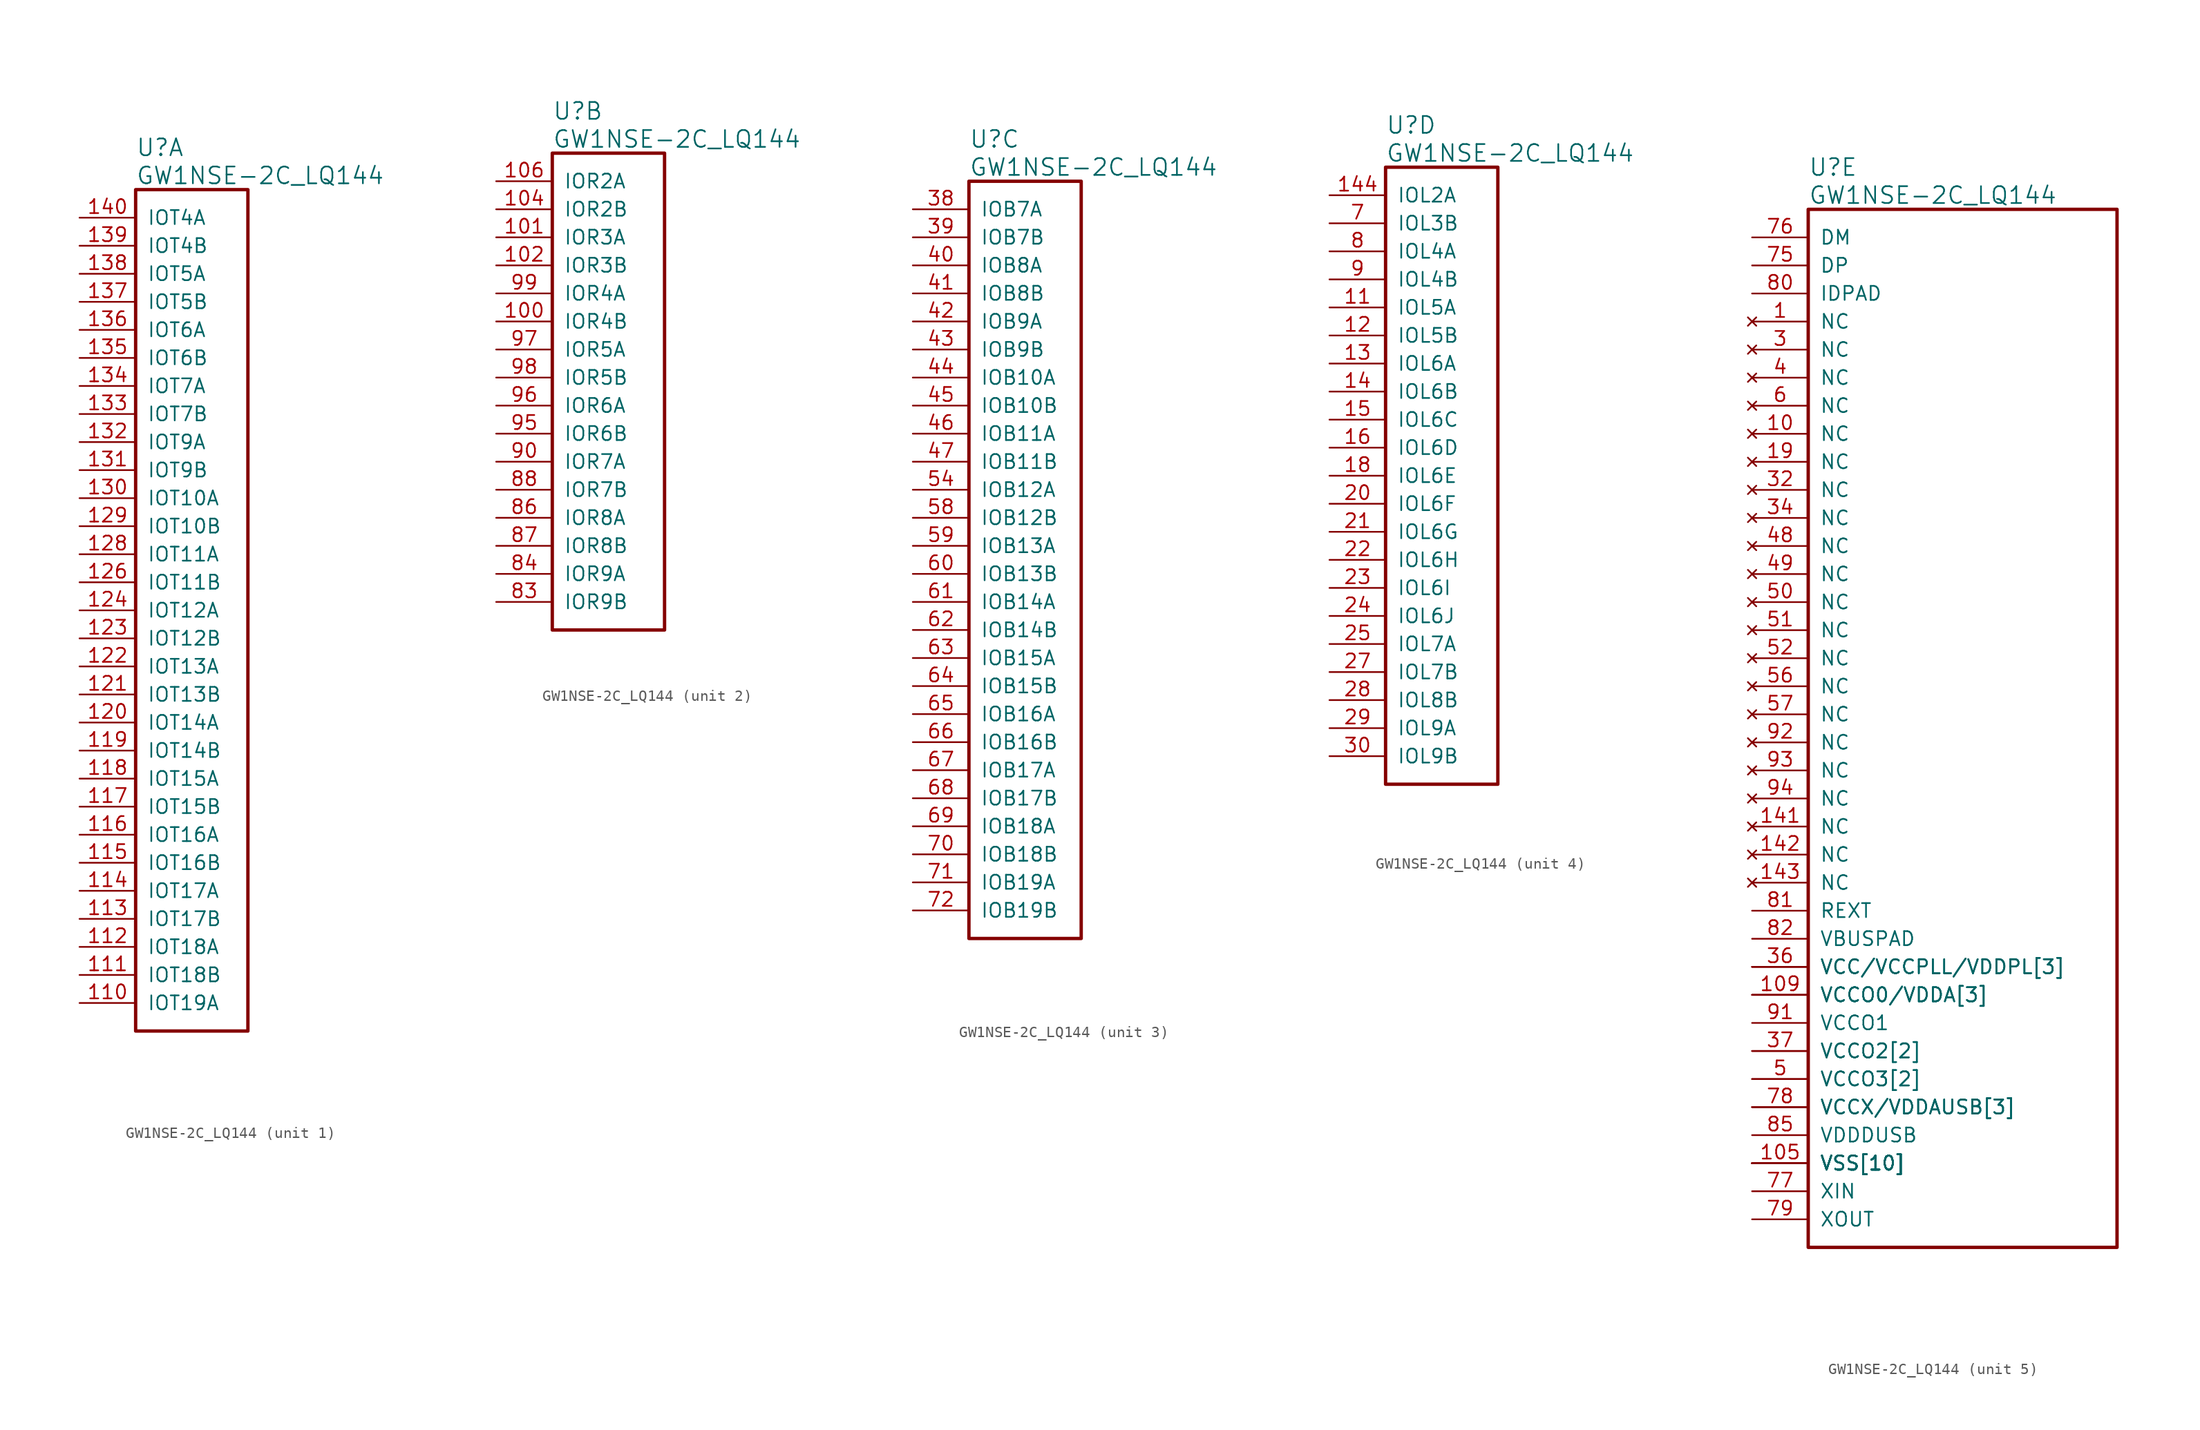
<source format=kicad_sym>
(kicad_symbol_lib
  (version 20241209)
  (generator "kicad_symbol_editor")
  (generator_version "9.0")
  (symbol "GW1NSE-2C_LQ144"
    (pin_names
      (offset 1.016))
    (property "Reference" "U"
      (at 5.08 6.35 0)
      (effects (font (size 1.524 1.524)) (justify left)))
    (property "Value" "GW1NSE-2C_LQ144"
      (at 5.08 3.81 0)
      (effects (font (size 1.524 1.524)) (justify left)))
    (property "ki_locked" ""
      (at 0 0 0)
      (effects (font (size 1.27 1.27))))
    (symbol "GW1NSE-2C_LQ144_1_1"
      (rectangle (start 5.08 2.54) (end 15.24 -73.66) (stroke (width 0.305) (type solid)) (fill (type none)))
      (pin bidirectional line (at 0 0 0) (length 5.08) (name "IOT4A" (effects (font (size 1.27 1.27)))) (number "140" (effects (font (size 1.27 1.27)))))
      (pin bidirectional line (at 0 -2.54 0) (length 5.08) (name "IOT4B" (effects (font (size 1.27 1.27)))) (number "139" (effects (font (size 1.27 1.27)))))
      (pin bidirectional line (at 0 -5.08 0) (length 5.08) (name "IOT5A" (effects (font (size 1.27 1.27)))) (number "138" (effects (font (size 1.27 1.27)))))
      (pin bidirectional line (at 0 -7.62 0) (length 5.08) (name "IOT5B" (effects (font (size 1.27 1.27)))) (number "137" (effects (font (size 1.27 1.27)))))
      (pin bidirectional line (at 0 -10.16 0) (length 5.08) (name "IOT6A" (effects (font (size 1.27 1.27)))) (number "136" (effects (font (size 1.27 1.27)))))
      (pin bidirectional line (at 0 -12.7 0) (length 5.08) (name "IOT6B" (effects (font (size 1.27 1.27)))) (number "135" (effects (font (size 1.27 1.27)))))
      (pin bidirectional line (at 0 -15.24 0) (length 5.08) (name "IOT7A" (effects (font (size 1.27 1.27)))) (number "134" (effects (font (size 1.27 1.27)))))
      (pin bidirectional line (at 0 -17.78 0) (length 5.08) (name "IOT7B" (effects (font (size 1.27 1.27)))) (number "133" (effects (font (size 1.27 1.27)))))
      (pin bidirectional line (at 0 -20.32 0) (length 5.08) (name "IOT9A" (effects (font (size 1.27 1.27)))) (number "132" (effects (font (size 1.27 1.27)))))
      (pin bidirectional line (at 0 -22.86 0) (length 5.08) (name "IOT9B" (effects (font (size 1.27 1.27)))) (number "131" (effects (font (size 1.27 1.27)))))
      (pin bidirectional line (at 0 -25.4 0) (length 5.08) (name "IOT10A" (effects (font (size 1.27 1.27)))) (number "130" (effects (font (size 1.27 1.27)))))
      (pin bidirectional line (at 0 -27.94 0) (length 5.08) (name "IOT10B" (effects (font (size 1.27 1.27)))) (number "129" (effects (font (size 1.27 1.27)))))
      (pin bidirectional line (at 0 -30.48 0) (length 5.08) (name "IOT11A" (effects (font (size 1.27 1.27)))) (number "128" (effects (font (size 1.27 1.27)))))
      (pin bidirectional line (at 0 -33.02 0) (length 5.08) (name "IOT11B" (effects (font (size 1.27 1.27)))) (number "126" (effects (font (size 1.27 1.27)))))
      (pin bidirectional line (at 0 -35.56 0) (length 5.08) (name "IOT12A" (effects (font (size 1.27 1.27)))) (number "124" (effects (font (size 1.27 1.27)))))
      (pin bidirectional line (at 0 -38.1 0) (length 5.08) (name "IOT12B" (effects (font (size 1.27 1.27)))) (number "123" (effects (font (size 1.27 1.27)))))
      (pin bidirectional line (at 0 -40.64 0) (length 5.08) (name "IOT13A" (effects (font (size 1.27 1.27)))) (number "122" (effects (font (size 1.27 1.27)))))
      (pin bidirectional line (at 0 -43.18 0) (length 5.08) (name "IOT13B" (effects (font (size 1.27 1.27)))) (number "121" (effects (font (size 1.27 1.27)))))
      (pin bidirectional line (at 0 -45.72 0) (length 5.08) (name "IOT14A" (effects (font (size 1.27 1.27)))) (number "120" (effects (font (size 1.27 1.27)))))
      (pin bidirectional line (at 0 -48.26 0) (length 5.08) (name "IOT14B" (effects (font (size 1.27 1.27)))) (number "119" (effects (font (size 1.27 1.27)))))
      (pin bidirectional line (at 0 -50.8 0) (length 5.08) (name "IOT15A" (effects (font (size 1.27 1.27)))) (number "118" (effects (font (size 1.27 1.27)))))
      (pin bidirectional line (at 0 -53.34 0) (length 5.08) (name "IOT15B" (effects (font (size 1.27 1.27)))) (number "117" (effects (font (size 1.27 1.27)))))
      (pin bidirectional line (at 0 -55.88 0) (length 5.08) (name "IOT16A" (effects (font (size 1.27 1.27)))) (number "116" (effects (font (size 1.27 1.27)))))
      (pin bidirectional line (at 0 -58.42 0) (length 5.08) (name "IOT16B" (effects (font (size 1.27 1.27)))) (number "115" (effects (font (size 1.27 1.27)))))
      (pin bidirectional line (at 0 -60.96 0) (length 5.08) (name "IOT17A" (effects (font (size 1.27 1.27)))) (number "114" (effects (font (size 1.27 1.27)))))
      (pin bidirectional line (at 0 -63.5 0) (length 5.08) (name "IOT17B" (effects (font (size 1.27 1.27)))) (number "113" (effects (font (size 1.27 1.27)))))
      (pin bidirectional line (at 0 -66.04 0) (length 5.08) (name "IOT18A" (effects (font (size 1.27 1.27)))) (number "112" (effects (font (size 1.27 1.27)))))
      (pin bidirectional line (at 0 -68.58 0) (length 5.08) (name "IOT18B" (effects (font (size 1.27 1.27)))) (number "111" (effects (font (size 1.27 1.27)))))
      (pin bidirectional line (at 0 -71.12 0) (length 5.08) (name "IOT19A" (effects (font (size 1.27 1.27)))) (number "110" (effects (font (size 1.27 1.27))))))
    (symbol "GW1NSE-2C_LQ144_2_1"
      (rectangle (start 5.08 2.54) (end 15.24 -40.64) (stroke (width 0.305) (type solid)) (fill (type none)))
      (pin bidirectional line (at 0 0 0) (length 5.08) (name "IOR2A" (effects (font (size 1.27 1.27)))) (number "106" (effects (font (size 1.27 1.27)))))
      (pin bidirectional line (at 0 -2.54 0) (length 5.08) (name "IOR2B" (effects (font (size 1.27 1.27)))) (number "104" (effects (font (size 1.27 1.27)))))
      (pin bidirectional line (at 0 -5.08 0) (length 5.08) (name "IOR3A" (effects (font (size 1.27 1.27)))) (number "101" (effects (font (size 1.27 1.27)))))
      (pin bidirectional line (at 0 -7.62 0) (length 5.08) (name "IOR3B" (effects (font (size 1.27 1.27)))) (number "102" (effects (font (size 1.27 1.27)))))
      (pin bidirectional line (at 0 -10.16 0) (length 5.08) (name "IOR4A" (effects (font (size 1.27 1.27)))) (number "99" (effects (font (size 1.27 1.27)))))
      (pin bidirectional line (at 0 -12.7 0) (length 5.08) (name "IOR4B" (effects (font (size 1.27 1.27)))) (number "100" (effects (font (size 1.27 1.27)))))
      (pin bidirectional line (at 0 -15.24 0) (length 5.08) (name "IOR5A" (effects (font (size 1.27 1.27)))) (number "97" (effects (font (size 1.27 1.27)))))
      (pin bidirectional line (at 0 -17.78 0) (length 5.08) (name "IOR5B" (effects (font (size 1.27 1.27)))) (number "98" (effects (font (size 1.27 1.27)))))
      (pin bidirectional line (at 0 -20.32 0) (length 5.08) (name "IOR6A" (effects (font (size 1.27 1.27)))) (number "96" (effects (font (size 1.27 1.27)))))
      (pin bidirectional line (at 0 -22.86 0) (length 5.08) (name "IOR6B" (effects (font (size 1.27 1.27)))) (number "95" (effects (font (size 1.27 1.27)))))
      (pin bidirectional line (at 0 -25.4 0) (length 5.08) (name "IOR7A" (effects (font (size 1.27 1.27)))) (number "90" (effects (font (size 1.27 1.27)))))
      (pin bidirectional line (at 0 -27.94 0) (length 5.08) (name "IOR7B" (effects (font (size 1.27 1.27)))) (number "88" (effects (font (size 1.27 1.27)))))
      (pin bidirectional line (at 0 -30.48 0) (length 5.08) (name "IOR8A" (effects (font (size 1.27 1.27)))) (number "86" (effects (font (size 1.27 1.27)))))
      (pin bidirectional line (at 0 -33.02 0) (length 5.08) (name "IOR8B" (effects (font (size 1.27 1.27)))) (number "87" (effects (font (size 1.27 1.27)))))
      (pin bidirectional line (at 0 -35.56 0) (length 5.08) (name "IOR9A" (effects (font (size 1.27 1.27)))) (number "84" (effects (font (size 1.27 1.27)))))
      (pin bidirectional line (at 0 -38.1 0) (length 5.08) (name "IOR9B" (effects (font (size 1.27 1.27)))) (number "83" (effects (font (size 1.27 1.27))))))
    (symbol "GW1NSE-2C_LQ144_3_1"
      (rectangle (start 5.08 2.54) (end 15.24 -66.04) (stroke (width 0.305) (type solid)) (fill (type none)))
      (pin bidirectional line (at 0 0 0) (length 5.08) (name "IOB7A" (effects (font (size 1.27 1.27)))) (number "38" (effects (font (size 1.27 1.27)))))
      (pin bidirectional line (at 0 -2.54 0) (length 5.08) (name "IOB7B" (effects (font (size 1.27 1.27)))) (number "39" (effects (font (size 1.27 1.27)))))
      (pin bidirectional line (at 0 -5.08 0) (length 5.08) (name "IOB8A" (effects (font (size 1.27 1.27)))) (number "40" (effects (font (size 1.27 1.27)))))
      (pin bidirectional line (at 0 -7.62 0) (length 5.08) (name "IOB8B" (effects (font (size 1.27 1.27)))) (number "41" (effects (font (size 1.27 1.27)))))
      (pin bidirectional line (at 0 -10.16 0) (length 5.08) (name "IOB9A" (effects (font (size 1.27 1.27)))) (number "42" (effects (font (size 1.27 1.27)))))
      (pin bidirectional line (at 0 -12.7 0) (length 5.08) (name "IOB9B" (effects (font (size 1.27 1.27)))) (number "43" (effects (font (size 1.27 1.27)))))
      (pin bidirectional line (at 0 -15.24 0) (length 5.08) (name "IOB10A" (effects (font (size 1.27 1.27)))) (number "44" (effects (font (size 1.27 1.27)))))
      (pin bidirectional line (at 0 -17.78 0) (length 5.08) (name "IOB10B" (effects (font (size 1.27 1.27)))) (number "45" (effects (font (size 1.27 1.27)))))
      (pin bidirectional line (at 0 -20.32 0) (length 5.08) (name "IOB11A" (effects (font (size 1.27 1.27)))) (number "46" (effects (font (size 1.27 1.27)))))
      (pin bidirectional line (at 0 -22.86 0) (length 5.08) (name "IOB11B" (effects (font (size 1.27 1.27)))) (number "47" (effects (font (size 1.27 1.27)))))
      (pin bidirectional line (at 0 -25.4 0) (length 5.08) (name "IOB12A" (effects (font (size 1.27 1.27)))) (number "54" (effects (font (size 1.27 1.27)))))
      (pin bidirectional line (at 0 -27.94 0) (length 5.08) (name "IOB12B" (effects (font (size 1.27 1.27)))) (number "58" (effects (font (size 1.27 1.27)))))
      (pin bidirectional line (at 0 -30.48 0) (length 5.08) (name "IOB13A" (effects (font (size 1.27 1.27)))) (number "59" (effects (font (size 1.27 1.27)))))
      (pin bidirectional line (at 0 -33.02 0) (length 5.08) (name "IOB13B" (effects (font (size 1.27 1.27)))) (number "60" (effects (font (size 1.27 1.27)))))
      (pin bidirectional line (at 0 -35.56 0) (length 5.08) (name "IOB14A" (effects (font (size 1.27 1.27)))) (number "61" (effects (font (size 1.27 1.27)))))
      (pin bidirectional line (at 0 -38.1 0) (length 5.08) (name "IOB14B" (effects (font (size 1.27 1.27)))) (number "62" (effects (font (size 1.27 1.27)))))
      (pin bidirectional line (at 0 -40.64 0) (length 5.08) (name "IOB15A" (effects (font (size 1.27 1.27)))) (number "63" (effects (font (size 1.27 1.27)))))
      (pin bidirectional line (at 0 -43.18 0) (length 5.08) (name "IOB15B" (effects (font (size 1.27 1.27)))) (number "64" (effects (font (size 1.27 1.27)))))
      (pin bidirectional line (at 0 -45.72 0) (length 5.08) (name "IOB16A" (effects (font (size 1.27 1.27)))) (number "65" (effects (font (size 1.27 1.27)))))
      (pin bidirectional line (at 0 -48.26 0) (length 5.08) (name "IOB16B" (effects (font (size 1.27 1.27)))) (number "66" (effects (font (size 1.27 1.27)))))
      (pin bidirectional line (at 0 -50.8 0) (length 5.08) (name "IOB17A" (effects (font (size 1.27 1.27)))) (number "67" (effects (font (size 1.27 1.27)))))
      (pin bidirectional line (at 0 -53.34 0) (length 5.08) (name "IOB17B" (effects (font (size 1.27 1.27)))) (number "68" (effects (font (size 1.27 1.27)))))
      (pin bidirectional line (at 0 -55.88 0) (length 5.08) (name "IOB18A" (effects (font (size 1.27 1.27)))) (number "69" (effects (font (size 1.27 1.27)))))
      (pin bidirectional line (at 0 -58.42 0) (length 5.08) (name "IOB18B" (effects (font (size 1.27 1.27)))) (number "70" (effects (font (size 1.27 1.27)))))
      (pin bidirectional line (at 0 -60.96 0) (length 5.08) (name "IOB19A" (effects (font (size 1.27 1.27)))) (number "71" (effects (font (size 1.27 1.27)))))
      (pin bidirectional line (at 0 -63.5 0) (length 5.08) (name "IOB19B" (effects (font (size 1.27 1.27)))) (number "72" (effects (font (size 1.27 1.27))))))
    (symbol "GW1NSE-2C_LQ144_4_1"
      (rectangle (start 5.08 2.54) (end 15.24 -53.34) (stroke (width 0.305) (type solid)) (fill (type none)))
      (pin bidirectional line (at 0 0 0) (length 5.08) (name "IOL2A" (effects (font (size 1.27 1.27)))) (number "144" (effects (font (size 1.27 1.27)))))
      (pin bidirectional line (at 0 -2.54 0) (length 5.08) (name "IOL3B" (effects (font (size 1.27 1.27)))) (number "7" (effects (font (size 1.27 1.27)))))
      (pin bidirectional line (at 0 -5.08 0) (length 5.08) (name "IOL4A" (effects (font (size 1.27 1.27)))) (number "8" (effects (font (size 1.27 1.27)))))
      (pin bidirectional line (at 0 -7.62 0) (length 5.08) (name "IOL4B" (effects (font (size 1.27 1.27)))) (number "9" (effects (font (size 1.27 1.27)))))
      (pin bidirectional line (at 0 -10.16 0) (length 5.08) (name "IOL5A" (effects (font (size 1.27 1.27)))) (number "11" (effects (font (size 1.27 1.27)))))
      (pin bidirectional line (at 0 -12.7 0) (length 5.08) (name "IOL5B" (effects (font (size 1.27 1.27)))) (number "12" (effects (font (size 1.27 1.27)))))
      (pin bidirectional line (at 0 -15.24 0) (length 5.08) (name "IOL6A" (effects (font (size 1.27 1.27)))) (number "13" (effects (font (size 1.27 1.27)))))
      (pin bidirectional line (at 0 -17.78 0) (length 5.08) (name "IOL6B" (effects (font (size 1.27 1.27)))) (number "14" (effects (font (size 1.27 1.27)))))
      (pin bidirectional line (at 0 -20.32 0) (length 5.08) (name "IOL6C" (effects (font (size 1.27 1.27)))) (number "15" (effects (font (size 1.27 1.27)))))
      (pin bidirectional line (at 0 -22.86 0) (length 5.08) (name "IOL6D" (effects (font (size 1.27 1.27)))) (number "16" (effects (font (size 1.27 1.27)))))
      (pin bidirectional line (at 0 -25.4 0) (length 5.08) (name "IOL6E" (effects (font (size 1.27 1.27)))) (number "18" (effects (font (size 1.27 1.27)))))
      (pin bidirectional line (at 0 -27.94 0) (length 5.08) (name "IOL6F" (effects (font (size 1.27 1.27)))) (number "20" (effects (font (size 1.27 1.27)))))
      (pin bidirectional line (at 0 -30.48 0) (length 5.08) (name "IOL6G" (effects (font (size 1.27 1.27)))) (number "21" (effects (font (size 1.27 1.27)))))
      (pin bidirectional line (at 0 -33.02 0) (length 5.08) (name "IOL6H" (effects (font (size 1.27 1.27)))) (number "22" (effects (font (size 1.27 1.27)))))
      (pin bidirectional line (at 0 -35.56 0) (length 5.08) (name "IOL6I" (effects (font (size 1.27 1.27)))) (number "23" (effects (font (size 1.27 1.27)))))
      (pin bidirectional line (at 0 -38.1 0) (length 5.08) (name "IOL6J" (effects (font (size 1.27 1.27)))) (number "24" (effects (font (size 1.27 1.27)))))
      (pin bidirectional line (at 0 -40.64 0) (length 5.08) (name "IOL7A" (effects (font (size 1.27 1.27)))) (number "25" (effects (font (size 1.27 1.27)))))
      (pin bidirectional line (at 0 -43.18 0) (length 5.08) (name "IOL7B" (effects (font (size 1.27 1.27)))) (number "27" (effects (font (size 1.27 1.27)))))
      (pin bidirectional line (at 0 -45.72 0) (length 5.08) (name "IOL8B" (effects (font (size 1.27 1.27)))) (number "28" (effects (font (size 1.27 1.27)))))
      (pin bidirectional line (at 0 -48.26 0) (length 5.08) (name "IOL9A" (effects (font (size 1.27 1.27)))) (number "29" (effects (font (size 1.27 1.27)))))
      (pin bidirectional line (at 0 -50.8 0) (length 5.08) (name "IOL9B" (effects (font (size 1.27 1.27)))) (number "30" (effects (font (size 1.27 1.27))))))
    (symbol "GW1NSE-2C_LQ144_5_1"
      (rectangle (start 5.08 2.54) (end 33.02 -91.44) (stroke (width 0.305) (type solid)) (fill (type none)))
      (pin power_in line (at 0 0 0) (length 5.08) (name "DM" (effects (font (size 1.27 1.27)))) (number "76" (effects (font (size 1.27 1.27)))))
      (pin power_in line (at 0 -2.54 0) (length 5.08) (name "DP" (effects (font (size 1.27 1.27)))) (number "75" (effects (font (size 1.27 1.27)))))
      (pin power_in line (at 0 -5.08 0) (length 5.08) (name "IDPAD" (effects (font (size 1.27 1.27)))) (number "80" (effects (font (size 1.27 1.27)))))
      (pin no_connect line (at 0 -7.62 0) (length 5.08) (name "NC" (effects (font (size 1.27 1.27)))) (number "1" (effects (font (size 1.27 1.27)))))
      (pin no_connect line (at 0 -10.16 0) (length 5.08) (name "NC" (effects (font (size 1.27 1.27)))) (number "3" (effects (font (size 1.27 1.27)))))
      (pin no_connect line (at 0 -12.7 0) (length 5.08) (name "NC" (effects (font (size 1.27 1.27)))) (number "4" (effects (font (size 1.27 1.27)))))
      (pin no_connect line (at 0 -15.24 0) (length 5.08) (name "NC" (effects (font (size 1.27 1.27)))) (number "6" (effects (font (size 1.27 1.27)))))
      (pin no_connect line (at 0 -17.78 0) (length 5.08) (name "NC" (effects (font (size 1.27 1.27)))) (number "10" (effects (font (size 1.27 1.27)))))
      (pin no_connect line (at 0 -20.32 0) (length 5.08) (name "NC" (effects (font (size 1.27 1.27)))) (number "19" (effects (font (size 1.27 1.27)))))
      (pin no_connect line (at 0 -22.86 0) (length 5.08) (name "NC" (effects (font (size 1.27 1.27)))) (number "32" (effects (font (size 1.27 1.27)))))
      (pin no_connect line (at 0 -25.4 0) (length 5.08) (name "NC" (effects (font (size 1.27 1.27)))) (number "34" (effects (font (size 1.27 1.27)))))
      (pin no_connect line (at 0 -27.94 0) (length 5.08) (name "NC" (effects (font (size 1.27 1.27)))) (number "48" (effects (font (size 1.27 1.27)))))
      (pin no_connect line (at 0 -30.48 0) (length 5.08) (name "NC" (effects (font (size 1.27 1.27)))) (number "49" (effects (font (size 1.27 1.27)))))
      (pin no_connect line (at 0 -33.02 0) (length 5.08) (name "NC" (effects (font (size 1.27 1.27)))) (number "50" (effects (font (size 1.27 1.27)))))
      (pin no_connect line (at 0 -35.56 0) (length 5.08) (name "NC" (effects (font (size 1.27 1.27)))) (number "51" (effects (font (size 1.27 1.27)))))
      (pin no_connect line (at 0 -38.1 0) (length 5.08) (name "NC" (effects (font (size 1.27 1.27)))) (number "52" (effects (font (size 1.27 1.27)))))
      (pin no_connect line (at 0 -40.64 0) (length 5.08) (name "NC" (effects (font (size 1.27 1.27)))) (number "56" (effects (font (size 1.27 1.27)))))
      (pin no_connect line (at 0 -43.18 0) (length 5.08) (name "NC" (effects (font (size 1.27 1.27)))) (number "57" (effects (font (size 1.27 1.27)))))
      (pin no_connect line (at 0 -45.72 0) (length 5.08) (name "NC" (effects (font (size 1.27 1.27)))) (number "92" (effects (font (size 1.27 1.27)))))
      (pin no_connect line (at 0 -48.26 0) (length 5.08) (name "NC" (effects (font (size 1.27 1.27)))) (number "93" (effects (font (size 1.27 1.27)))))
      (pin no_connect line (at 0 -50.8 0) (length 5.08) (name "NC" (effects (font (size 1.27 1.27)))) (number "94" (effects (font (size 1.27 1.27)))))
      (pin no_connect line (at 0 -53.34 0) (length 5.08) (name "NC" (effects (font (size 1.27 1.27)))) (number "141" (effects (font (size 1.27 1.27)))))
      (pin no_connect line (at 0 -55.88 0) (length 5.08) (name "NC" (effects (font (size 1.27 1.27)))) (number "142" (effects (font (size 1.27 1.27)))))
      (pin no_connect line (at 0 -58.42 0) (length 5.08) (name "NC" (effects (font (size 1.27 1.27)))) (number "143" (effects (font (size 1.27 1.27)))))
      (pin power_in line (at 0 -60.96 0) (length 5.08) (name "REXT" (effects (font (size 1.27 1.27)))) (number "81" (effects (font (size 1.27 1.27)))))
      (pin power_in line (at 0 -63.5 0) (length 5.08) (name "VBUSPAD" (effects (font (size 1.27 1.27)))) (number "82" (effects (font (size 1.27 1.27)))))
      (pin power_in line (at 0 -66.04 0) (length 5.08) (name "VCC/VCCPLL/VDDPL[3]" (effects (font (size 1.27 1.27)))) (number "108" (effects (font (size 0 0)))))
      (pin power_in line (at 0 -66.04 0) (length 5.08) (name "VCC/VCCPLL/VDDPL[3]" (effects (font (size 1.27 1.27)))) (number "36" (effects (font (size 1.27 1.27)))))
      (pin power_in line (at 0 -66.04 0) (length 5.08) (name "VCC/VCCPLL/VDDPL[3]" (effects (font (size 1.27 1.27)))) (number "73" (effects (font (size 0 0)))))
      (pin power_in line (at 0 -68.58 0) (length 5.08) (name "VCCO0/VDDA[3]" (effects (font (size 1.27 1.27)))) (number "109" (effects (font (size 1.27 1.27)))))
      (pin power_in line (at 0 -68.58 0) (length 5.08) (name "VCCO0/VDDA[3]" (effects (font (size 1.27 1.27)))) (number "127" (effects (font (size 0 0)))))
      (pin power_in line (at 0 -68.58 0) (length 5.08) (name "VCCO0/VDDA[3]" (effects (font (size 1.27 1.27)))) (number "144" (effects (font (size 0 0)))))
      (pin power_in line (at 0 -71.12 0) (length 5.08) (name "VCCO1" (effects (font (size 1.27 1.27)))) (number "91" (effects (font (size 1.27 1.27)))))
      (pin power_in line (at 0 -73.66 0) (length 5.08) (name "VCCO2[2]" (effects (font (size 1.27 1.27)))) (number "37" (effects (font (size 1.27 1.27)))))
      (pin power_in line (at 0 -73.66 0) (length 5.08) (name "VCCO2[2]" (effects (font (size 1.27 1.27)))) (number "55" (effects (font (size 0 0)))))
      (pin power_in line (at 0 -76.2 0) (length 5.08) (name "VCCO3[2]" (effects (font (size 1.27 1.27)))) (number "26" (effects (font (size 0 0)))))
      (pin power_in line (at 0 -76.2 0) (length 5.08) (name "VCCO3[2]" (effects (font (size 1.27 1.27)))) (number "5" (effects (font (size 1.27 1.27)))))
      (pin power_in line (at 0 -78.74 0) (length 5.08) (name "VCCX/VDDAUSB[3]" (effects (font (size 1.27 1.27)))) (number "103" (effects (font (size 0 0)))))
      (pin power_in line (at 0 -78.74 0) (length 5.08) (name "VCCX/VDDAUSB[3]" (effects (font (size 1.27 1.27)))) (number "31" (effects (font (size 0 0)))))
      (pin power_in line (at 0 -78.74 0) (length 5.08) (name "VCCX/VDDAUSB[3]" (effects (font (size 1.27 1.27)))) (number "78" (effects (font (size 1.27 1.27)))))
      (pin power_in line (at 0 -81.28 0) (length 5.08) (name "VDDDUSB" (effects (font (size 1.27 1.27)))) (number "85" (effects (font (size 1.27 1.27)))))
      (pin power_in line (at 0 -83.82 0) (length 5.08) (name "VSS[10]" (effects (font (size 1.27 1.27)))) (number "105" (effects (font (size 1.27 1.27)))))
      (pin power_in line (at 0 -83.82 0) (length 5.08) (name "VSS[10]" (effects (font (size 1.27 1.27)))) (number "107" (effects (font (size 0 0)))))
      (pin power_in line (at 0 -83.82 0) (length 5.08) (name "VSS[10]" (effects (font (size 1.27 1.27)))) (number "125" (effects (font (size 0 0)))))
      (pin power_in line (at 0 -83.82 0) (length 5.08) (name "VSS[10]" (effects (font (size 1.27 1.27)))) (number "17" (effects (font (size 0 0)))))
      (pin power_in line (at 0 -83.82 0) (length 5.08) (name "VSS[10]" (effects (font (size 1.27 1.27)))) (number "2" (effects (font (size 0 0)))))
      (pin power_in line (at 0 -83.82 0) (length 5.08) (name "VSS[10]" (effects (font (size 1.27 1.27)))) (number "33" (effects (font (size 0 0)))))
      (pin power_in line (at 0 -83.82 0) (length 5.08) (name "VSS[10]" (effects (font (size 1.27 1.27)))) (number "35" (effects (font (size 0 0)))))
      (pin power_in line (at 0 -83.82 0) (length 5.08) (name "VSS[10]" (effects (font (size 1.27 1.27)))) (number "53" (effects (font (size 0 0)))))
      (pin power_in line (at 0 -83.82 0) (length 5.08) (name "VSS[10]" (effects (font (size 1.27 1.27)))) (number "74" (effects (font (size 0 0)))))
      (pin power_in line (at 0 -83.82 0) (length 5.08) (name "VSS[10]" (effects (font (size 1.27 1.27)))) (number "89" (effects (font (size 0 0)))))
      (pin power_in line (at 0 -86.36 0) (length 5.08) (name "XIN" (effects (font (size 1.27 1.27)))) (number "77" (effects (font (size 1.27 1.27)))))
      (pin power_in line (at 0 -88.9 0) (length 5.08) (name "XOUT" (effects (font (size 1.27 1.27)))) (number "79" (effects (font (size 1.27 1.27))))))))
</source>
